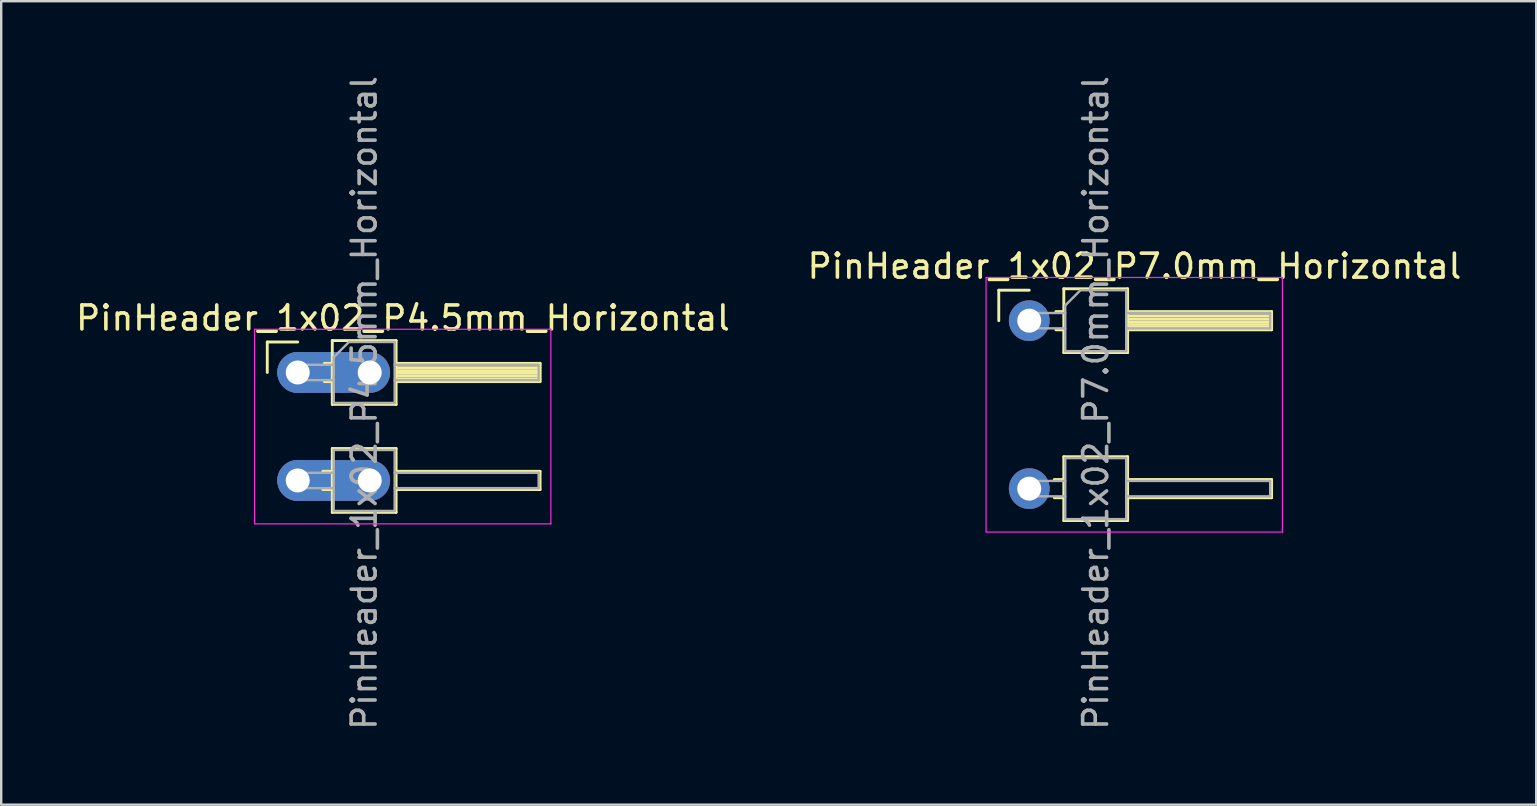
<source format=kicad_pcb>
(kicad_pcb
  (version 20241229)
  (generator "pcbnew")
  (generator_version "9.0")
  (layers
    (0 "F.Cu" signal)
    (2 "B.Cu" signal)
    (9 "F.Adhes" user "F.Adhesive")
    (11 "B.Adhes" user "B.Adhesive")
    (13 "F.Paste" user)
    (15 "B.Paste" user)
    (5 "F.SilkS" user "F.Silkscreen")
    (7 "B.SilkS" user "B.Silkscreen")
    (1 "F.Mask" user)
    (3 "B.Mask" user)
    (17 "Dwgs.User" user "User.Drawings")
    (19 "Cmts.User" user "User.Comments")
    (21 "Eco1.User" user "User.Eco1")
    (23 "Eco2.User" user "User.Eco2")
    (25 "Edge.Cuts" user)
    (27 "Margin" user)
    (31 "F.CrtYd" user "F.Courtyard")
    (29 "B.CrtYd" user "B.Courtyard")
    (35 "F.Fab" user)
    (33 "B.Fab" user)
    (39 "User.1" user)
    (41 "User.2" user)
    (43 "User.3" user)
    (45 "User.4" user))
  (footprint "PinHeader_1x02_P4.5mm_Horizontal"
    (layer "F.Cu")
    (at 9.359 12.474)
    (property "Reference" "PinHeader_1x02_P4.5mm_Horizontal" (at 4.385 -2.27 0) (layer "F.SilkS") (effects (font (size 1 1) (thickness 0.15))))
    (attr through_hole)
    (fp_line (start -1.27 -1.27) (end 0 -1.27) (stroke (width 0.12) (type solid)) (layer "F.SilkS"))
    (fp_line (start -1.27 0) (end -1.27 -1.27) (stroke (width 0.12) (type solid)) (layer "F.SilkS"))
    (fp_line (start 1.043 4.12) (end 1.44 4.12) (stroke (width 0.12) (type solid)) (layer "F.SilkS"))
    (fp_line (start 1.043 4.88) (end 1.44 4.88) (stroke (width 0.12) (type solid)) (layer "F.SilkS"))
    (fp_line (start 1.11 -0.38) (end 1.44 -0.38) (stroke (width 0.12) (type solid)) (layer "F.SilkS"))
    (fp_line (start 1.11 0.38) (end 1.44 0.38) (stroke (width 0.12) (type solid)) (layer "F.SilkS"))
    (fp_line (start 1.44 -1.33) (end 1.44 1.33) (stroke (width 0.12) (type solid)) (layer "F.SilkS"))
    (fp_line (start 1.44 1.33) (end 4.1 1.33) (stroke (width 0.12) (type solid)) (layer "F.SilkS"))
    (fp_line (start 1.44 3.17) (end 1.44 5.83) (stroke (width 0.12) (type solid)) (layer "F.SilkS"))
    (fp_line (start 1.44 3.17) (end 4.1 3.17) (stroke (width 0.12) (type solid)) (layer "F.SilkS"))
    (fp_line (start 1.44 5.83) (end 4.1 5.83) (stroke (width 0.12) (type solid)) (layer "F.SilkS"))
    (fp_line (start 4.1 -1.33) (end 1.44 -1.33) (stroke (width 0.12) (type solid)) (layer "F.SilkS"))
    (fp_line (start 4.1 -0.38) (end 10.1 -0.38) (stroke (width 0.12) (type solid)) (layer "F.SilkS"))
    (fp_line (start 4.1 -0.32) (end 10.1 -0.32) (stroke (width 0.12) (type solid)) (layer "F.SilkS"))
    (fp_line (start 4.1 -0.2) (end 10.1 -0.2) (stroke (width 0.12) (type solid)) (layer "F.SilkS"))
    (fp_line (start 4.1 -0.08) (end 10.1 -0.08) (stroke (width 0.12) (type solid)) (layer "F.SilkS"))
    (fp_line (start 4.1 0.04) (end 10.1 0.04) (stroke (width 0.12) (type solid)) (layer "F.SilkS"))
    (fp_line (start 4.1 0.16) (end 10.1 0.16) (stroke (width 0.12) (type solid)) (layer "F.SilkS"))
    (fp_line (start 4.1 0.28) (end 10.1 0.28) (stroke (width 0.12) (type solid)) (layer "F.SilkS"))
    (fp_line (start 4.1 1.33) (end 4.1 -1.33) (stroke (width 0.12) (type solid)) (layer "F.SilkS"))
    (fp_line (start 4.1 4.12) (end 10.1 4.12) (stroke (width 0.12) (type solid)) (layer "F.SilkS"))
    (fp_line (start 4.1 5.83) (end 4.1 3.17) (stroke (width 0.12) (type solid)) (layer "F.SilkS"))
    (fp_line (start 10.1 -0.38) (end 10.1 0.38) (stroke (width 0.12) (type solid)) (layer "F.SilkS"))
    (fp_line (start 10.1 0.38) (end 4.1 0.38) (stroke (width 0.12) (type solid)) (layer "F.SilkS"))
    (fp_line (start 10.1 4.12) (end 10.1 4.88) (stroke (width 0.12) (type solid)) (layer "F.SilkS"))
    (fp_line (start 10.1 4.88) (end 4.1 4.88) (stroke (width 0.12) (type solid)) (layer "F.SilkS"))
    (fp_line (start -1.8 -1.8) (end -1.8 6.31) (stroke (width 0.05) (type solid)) (layer "F.CrtYd"))
    (fp_line (start -1.8 6.31) (end 10.55 6.31) (stroke (width 0.05) (type solid)) (layer "F.CrtYd"))
    (fp_line (start 10.55 -1.8) (end -1.8 -1.8) (stroke (width 0.05) (type solid)) (layer "F.CrtYd"))
    (fp_line (start 10.55 6.31) (end 10.55 -1.8) (stroke (width 0.05) (type solid)) (layer "F.CrtYd"))
    (fp_line (start -0.32 -0.32) (end -0.32 0.32) (stroke (width 0.1) (type solid)) (layer "F.Fab"))
    (fp_line (start -0.32 -0.32) (end 1.5 -0.32) (stroke (width 0.1) (type solid)) (layer "F.Fab"))
    (fp_line (start -0.32 0.32) (end 1.5 0.32) (stroke (width 0.1) (type solid)) (layer "F.Fab"))
    (fp_line (start -0.32 4.18) (end -0.32 4.82) (stroke (width 0.1) (type solid)) (layer "F.Fab"))
    (fp_line (start -0.32 4.18) (end 1.5 4.18) (stroke (width 0.1) (type solid)) (layer "F.Fab"))
    (fp_line (start -0.32 4.82) (end 1.5 4.82) (stroke (width 0.1) (type solid)) (layer "F.Fab"))
    (fp_line (start 1.5 -0.635) (end 2.135 -1.27) (stroke (width 0.1) (type solid)) (layer "F.Fab"))
    (fp_line (start 1.5 1.27) (end 1.5 -0.635) (stroke (width 0.1) (type solid)) (layer "F.Fab"))
    (fp_line (start 1.5 3.23) (end 1.5 5.77) (stroke (width 0.1) (type solid)) (layer "F.Fab"))
    (fp_line (start 2.135 -1.27) (end 4.04 -1.27) (stroke (width 0.1) (type solid)) (layer "F.Fab"))
    (fp_line (start 4.04 -1.27) (end 4.04 1.27) (stroke (width 0.1) (type solid)) (layer "F.Fab"))
    (fp_line (start 4.04 -0.32) (end 10.04 -0.32) (stroke (width 0.1) (type solid)) (layer "F.Fab"))
    (fp_line (start 4.04 0.32) (end 10.04 0.32) (stroke (width 0.1) (type solid)) (layer "F.Fab"))
    (fp_line (start 4.04 1.27) (end 1.5 1.27) (stroke (width 0.1) (type solid)) (layer "F.Fab"))
    (fp_line (start 4.04 3.23) (end 1.5 3.23) (stroke (width 0.1) (type solid)) (layer "F.Fab"))
    (fp_line (start 4.04 3.23) (end 4.04 5.77) (stroke (width 0.1) (type solid)) (layer "F.Fab"))
    (fp_line (start 4.04 4.18) (end 10.04 4.18) (stroke (width 0.1) (type solid)) (layer "F.Fab"))
    (fp_line (start 4.04 4.82) (end 10.04 4.82) (stroke (width 0.1) (type solid)) (layer "F.Fab"))
    (fp_line (start 4.04 5.77) (end 1.5 5.77) (stroke (width 0.1) (type solid)) (layer "F.Fab"))
    (fp_line (start 10.04 -0.32) (end 10.04 0.32) (stroke (width 0.1) (type solid)) (layer "F.Fab"))
    (fp_line (start 10.04 4.18) (end 10.04 4.82) (stroke (width 0.1) (type solid)) (layer "F.Fab"))
    (fp_text user "${REFERENCE}" (at 2.77 1.27 90) (layer "F.Fab") (effects (font (size 1 1) (thickness 0.15))))
    (pad "1" thru_hole oval (at 0 0) (size 1.7 1.7) (drill 1) (layers "*.Cu" "*.Mask"))
    (pad "1" thru_hole oval (at 3 0) (size 4.7 1.7) (drill 1 (offset -1.5 0)) (layers "*.Cu" "*.Mask"))
    (pad "2" thru_hole oval (at 0 4.5) (size 1.7 1.7) (drill 1) (layers "*.Cu" "*.Mask"))
    (pad "2" thru_hole oval (at 3 4.5) (size 4.7 1.7) (drill 1 (offset -1.5 0)) (layers "*.Cu" "*.Mask")))
  (footprint "PinHeader_1x02_P7.0mm_Horizontal"
    (layer "F.Cu")
    (at 39.847 10.315)
    (property "Reference" "PinHeader_1x02_P7.0mm_Horizontal" (at 4.385 -2.27 0) (layer "F.SilkS") (effects (font (size 1 1) (thickness 0.15))))
    (attr through_hole)
    (fp_line (start -1.27 -1.27) (end 0 -1.27) (stroke (width 0.12) (type solid)) (layer "F.SilkS"))
    (fp_line (start -1.27 0) (end -1.27 -1.27) (stroke (width 0.12) (type solid)) (layer "F.SilkS"))
    (fp_line (start 1.043 6.62) (end 1.44 6.62) (stroke (width 0.12) (type solid)) (layer "F.SilkS"))
    (fp_line (start 1.043 7.38) (end 1.44 7.38) (stroke (width 0.12) (type solid)) (layer "F.SilkS"))
    (fp_line (start 1.11 -0.38) (end 1.44 -0.38) (stroke (width 0.12) (type solid)) (layer "F.SilkS"))
    (fp_line (start 1.11 0.38) (end 1.44 0.38) (stroke (width 0.12) (type solid)) (layer "F.SilkS"))
    (fp_line (start 1.44 -1.33) (end 1.44 1.33) (stroke (width 0.12) (type solid)) (layer "F.SilkS"))
    (fp_line (start 1.44 1.33) (end 4.1 1.33) (stroke (width 0.12) (type solid)) (layer "F.SilkS"))
    (fp_line (start 1.44 5.67) (end 1.44 8.33) (stroke (width 0.12) (type solid)) (layer "F.SilkS"))
    (fp_line (start 1.44 5.67) (end 4.1 5.67) (stroke (width 0.12) (type solid)) (layer "F.SilkS"))
    (fp_line (start 1.44 8.33) (end 4.1 8.33) (stroke (width 0.12) (type solid)) (layer "F.SilkS"))
    (fp_line (start 4.1 -1.33) (end 1.44 -1.33) (stroke (width 0.12) (type solid)) (layer "F.SilkS"))
    (fp_line (start 4.1 -0.38) (end 10.1 -0.38) (stroke (width 0.12) (type solid)) (layer "F.SilkS"))
    (fp_line (start 4.1 -0.32) (end 10.1 -0.32) (stroke (width 0.12) (type solid)) (layer "F.SilkS"))
    (fp_line (start 4.1 -0.2) (end 10.1 -0.2) (stroke (width 0.12) (type solid)) (layer "F.SilkS"))
    (fp_line (start 4.1 -0.08) (end 10.1 -0.08) (stroke (width 0.12) (type solid)) (layer "F.SilkS"))
    (fp_line (start 4.1 0.04) (end 10.1 0.04) (stroke (width 0.12) (type solid)) (layer "F.SilkS"))
    (fp_line (start 4.1 0.16) (end 10.1 0.16) (stroke (width 0.12) (type solid)) (layer "F.SilkS"))
    (fp_line (start 4.1 0.28) (end 10.1 0.28) (stroke (width 0.12) (type solid)) (layer "F.SilkS"))
    (fp_line (start 4.1 1.33) (end 4.1 -1.33) (stroke (width 0.12) (type solid)) (layer "F.SilkS"))
    (fp_line (start 4.1 6.62) (end 10.1 6.62) (stroke (width 0.12) (type solid)) (layer "F.SilkS"))
    (fp_line (start 4.1 8.33) (end 4.1 5.67) (stroke (width 0.12) (type solid)) (layer "F.SilkS"))
    (fp_line (start 10.1 -0.38) (end 10.1 0.38) (stroke (width 0.12) (type solid)) (layer "F.SilkS"))
    (fp_line (start 10.1 0.38) (end 4.1 0.38) (stroke (width 0.12) (type solid)) (layer "F.SilkS"))
    (fp_line (start 10.1 6.62) (end 10.1 7.38) (stroke (width 0.12) (type solid)) (layer "F.SilkS"))
    (fp_line (start 10.1 7.38) (end 4.1 7.38) (stroke (width 0.12) (type solid)) (layer "F.SilkS"))
    (fp_line (start -1.8 -1.8) (end -1.8 8.81) (stroke (width 0.05) (type solid)) (layer "F.CrtYd"))
    (fp_line (start -1.8 8.81) (end 10.55 8.81) (stroke (width 0.05) (type solid)) (layer "F.CrtYd"))
    (fp_line (start 10.55 -1.8) (end -1.8 -1.8) (stroke (width 0.05) (type solid)) (layer "F.CrtYd"))
    (fp_line (start 10.55 8.81) (end 10.55 -1.8) (stroke (width 0.05) (type solid)) (layer "F.CrtYd"))
    (fp_line (start -0.32 -0.32) (end -0.32 0.32) (stroke (width 0.1) (type solid)) (layer "F.Fab"))
    (fp_line (start -0.32 -0.32) (end 1.5 -0.32) (stroke (width 0.1) (type solid)) (layer "F.Fab"))
    (fp_line (start -0.32 0.32) (end 1.5 0.32) (stroke (width 0.1) (type solid)) (layer "F.Fab"))
    (fp_line (start -0.32 6.68) (end -0.32 7.32) (stroke (width 0.1) (type solid)) (layer "F.Fab"))
    (fp_line (start -0.32 6.68) (end 1.5 6.68) (stroke (width 0.1) (type solid)) (layer "F.Fab"))
    (fp_line (start -0.32 7.32) (end 1.5 7.32) (stroke (width 0.1) (type solid)) (layer "F.Fab"))
    (fp_line (start 1.5 -0.635) (end 2.135 -1.27) (stroke (width 0.1) (type solid)) (layer "F.Fab"))
    (fp_line (start 1.5 1.27) (end 1.5 -0.635) (stroke (width 0.1) (type solid)) (layer "F.Fab"))
    (fp_line (start 1.5 5.73) (end 1.5 8.27) (stroke (width 0.1) (type solid)) (layer "F.Fab"))
    (fp_line (start 2.135 -1.27) (end 4.04 -1.27) (stroke (width 0.1) (type solid)) (layer "F.Fab"))
    (fp_line (start 4.04 -1.27) (end 4.04 1.27) (stroke (width 0.1) (type solid)) (layer "F.Fab"))
    (fp_line (start 4.04 -0.32) (end 10.04 -0.32) (stroke (width 0.1) (type solid)) (layer "F.Fab"))
    (fp_line (start 4.04 0.32) (end 10.04 0.32) (stroke (width 0.1) (type solid)) (layer "F.Fab"))
    (fp_line (start 4.04 1.27) (end 1.5 1.27) (stroke (width 0.1) (type solid)) (layer "F.Fab"))
    (fp_line (start 4.04 5.73) (end 1.5 5.73) (stroke (width 0.1) (type solid)) (layer "F.Fab"))
    (fp_line (start 4.04 5.73) (end 4.04 8.27) (stroke (width 0.1) (type solid)) (layer "F.Fab"))
    (fp_line (start 4.04 6.68) (end 10.04 6.68) (stroke (width 0.1) (type solid)) (layer "F.Fab"))
    (fp_line (start 4.04 7.32) (end 10.04 7.32) (stroke (width 0.1) (type solid)) (layer "F.Fab"))
    (fp_line (start 4.04 8.27) (end 1.5 8.27) (stroke (width 0.1) (type solid)) (layer "F.Fab"))
    (fp_line (start 10.04 -0.32) (end 10.04 0.32) (stroke (width 0.1) (type solid)) (layer "F.Fab"))
    (fp_line (start 10.04 6.68) (end 10.04 7.32) (stroke (width 0.1) (type solid)) (layer "F.Fab"))
    (fp_text user "${REFERENCE}" (at 2.77 3.429 90) (layer "F.Fab") (effects (font (size 1 1) (thickness 0.15))))
    (pad "1" thru_hole circle (at 0 0) (size 1.7 1.7) (drill 1) (layers "*.Cu" "*.Mask"))
    (pad "2" thru_hole oval (at 0 7) (size 1.7 1.7) (drill 1) (layers "*.Cu" "*.Mask")))
  (gr_rect
    (start -3 -3)
    (end 60.976 30.488)
    (stroke (width 0.1) (type default))
    (fill no)
    (layer "Edge.Cuts")))
</source>
